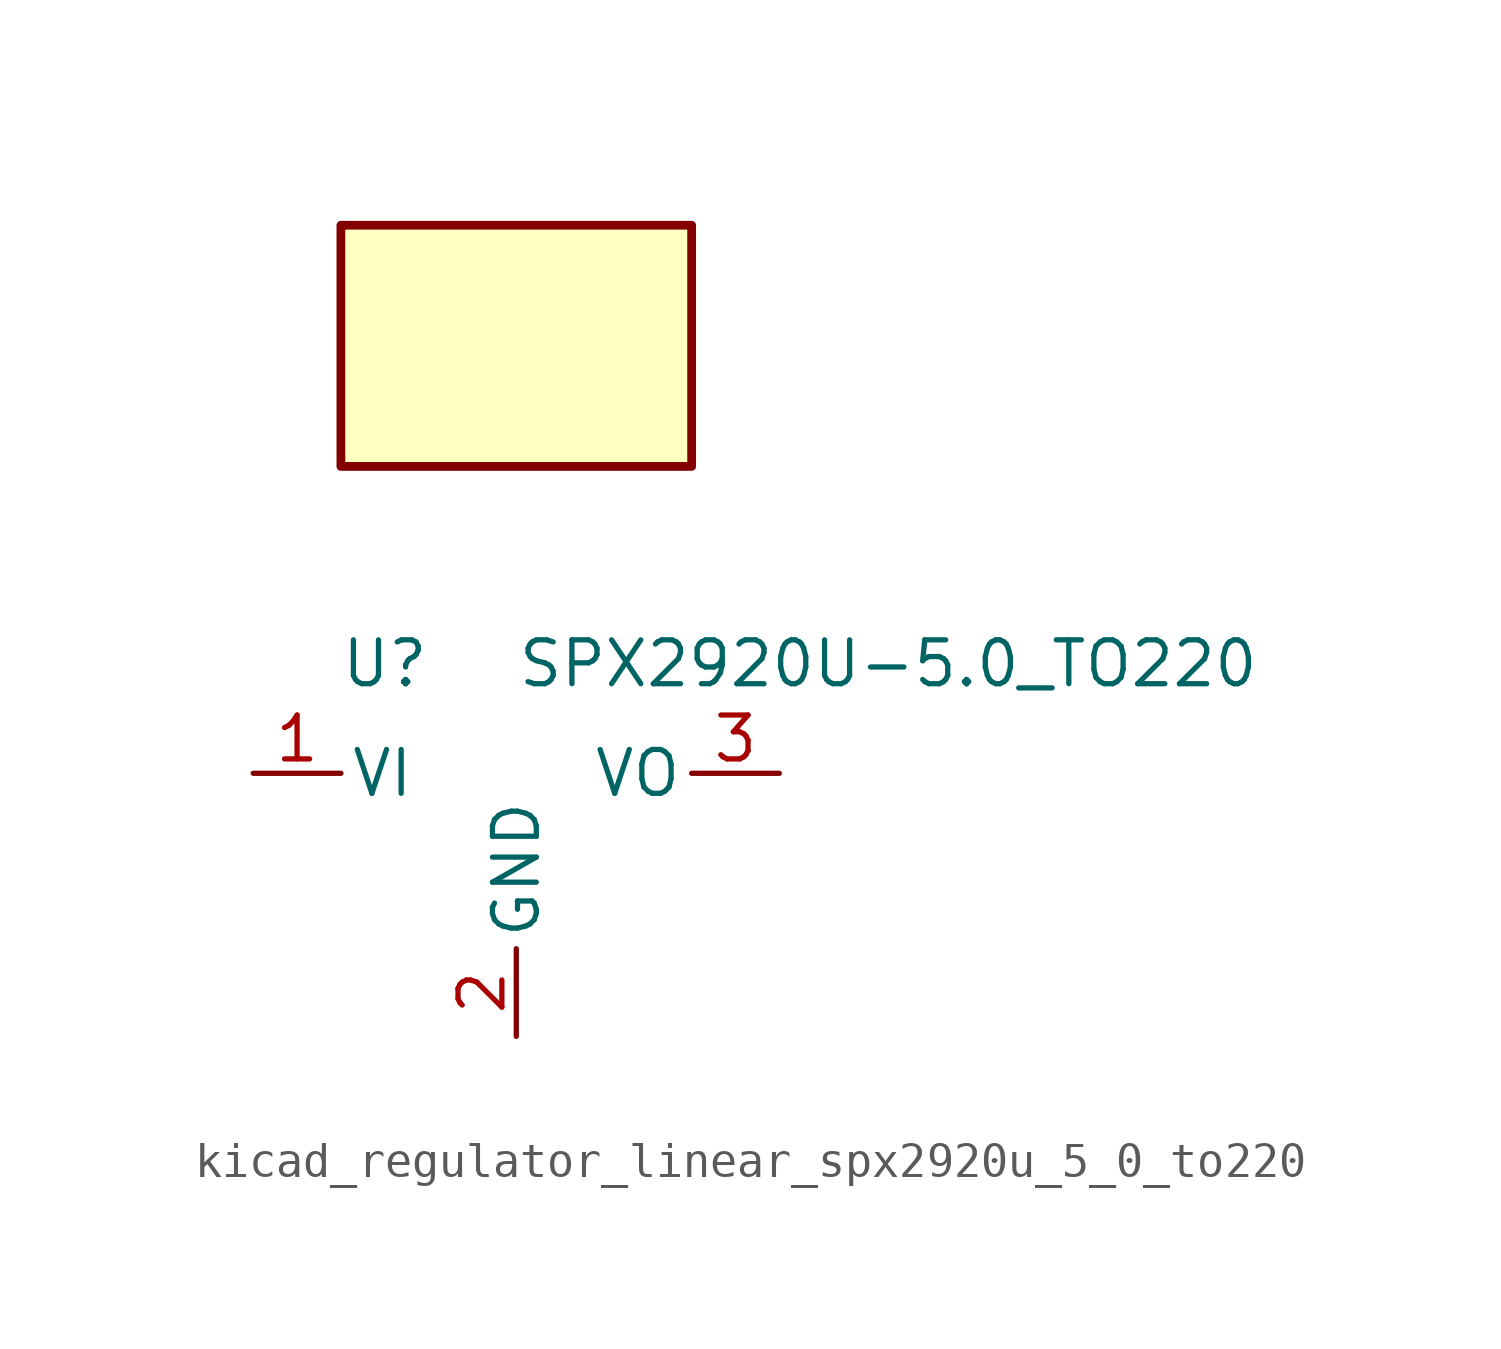
<source format=kicad_sym>
(kicad_symbol_lib
  (version 20220914)
  (generator kicad_symbol_editor)
  (symbol "kicad_regulator_linear_spx2920u_5_0_to220"
    (pin_names
      (offset 0.254))
    (property "Reference" "U"
      (at -3.81 3.175 0)
      (effects (font (size 1.27 1.27))))
    (property "Value" "SPX2920U-5.0_TO220"
      (at 0 3.175 0)
      (effects (font (size 1.27 1.27)) (justify left)))
    (symbol "kicad_regulator_linear_spx2920u_5_0_to220_0_1"
      (rectangle (start 5.08 15.875) (end -5.08 8.89) (stroke (width 0.254) (type default)) (fill (type background))))
    (symbol "kicad_regulator_linear_spx2920u_5_0_to220_1_1"
      (pin power_in line (at -7.62 0 0) (length 2.54) (name "VI" (effects (font (size 1.27 1.27)))) (number "1" (effects (font (size 1.27 1.27)))))
      (pin power_in line (at 0 -7.62 90) (length 2.54) (name "GND" (effects (font (size 1.27 1.27)))) (number "2" (effects (font (size 1.27 1.27)))))
      (pin power_out line (at 7.62 0 180) (length 2.54) (name "VO" (effects (font (size 1.27 1.27)))) (number "3" (effects (font (size 1.27 1.27))))))))
</source>
